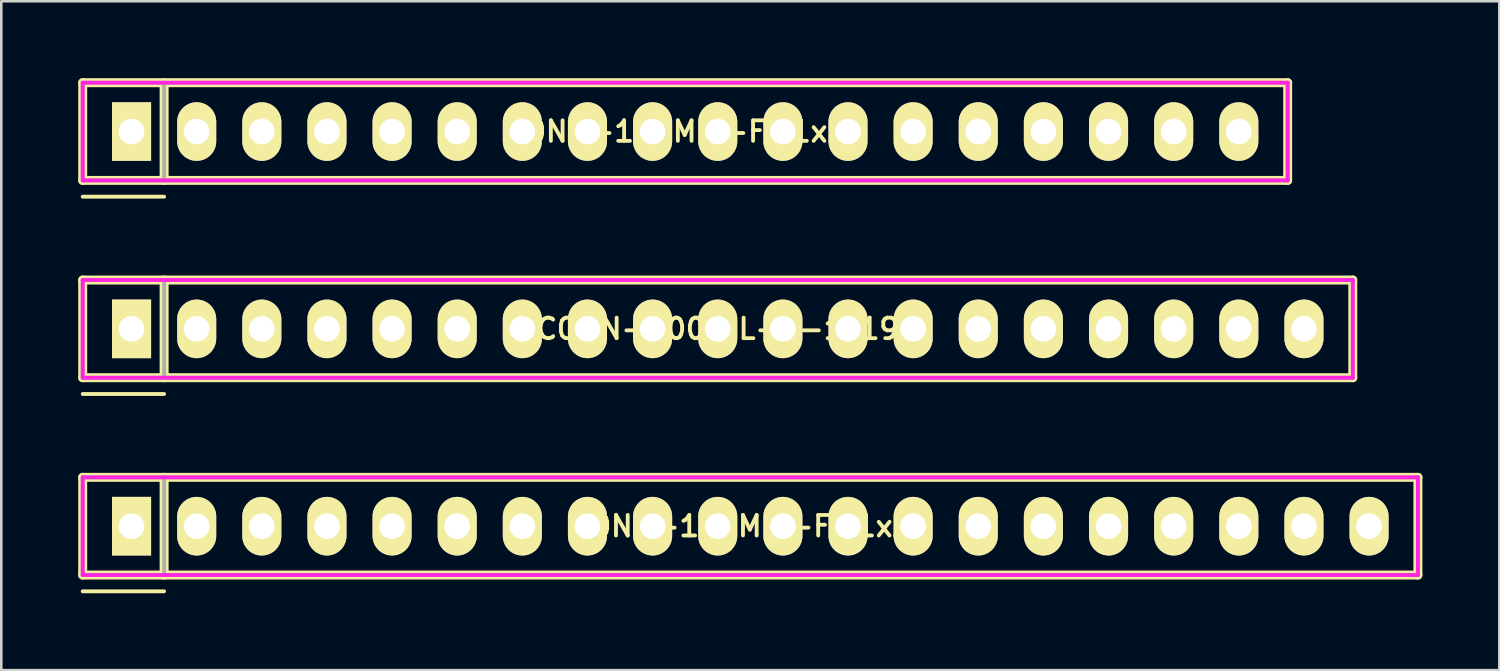
<source format=kicad_pcb>
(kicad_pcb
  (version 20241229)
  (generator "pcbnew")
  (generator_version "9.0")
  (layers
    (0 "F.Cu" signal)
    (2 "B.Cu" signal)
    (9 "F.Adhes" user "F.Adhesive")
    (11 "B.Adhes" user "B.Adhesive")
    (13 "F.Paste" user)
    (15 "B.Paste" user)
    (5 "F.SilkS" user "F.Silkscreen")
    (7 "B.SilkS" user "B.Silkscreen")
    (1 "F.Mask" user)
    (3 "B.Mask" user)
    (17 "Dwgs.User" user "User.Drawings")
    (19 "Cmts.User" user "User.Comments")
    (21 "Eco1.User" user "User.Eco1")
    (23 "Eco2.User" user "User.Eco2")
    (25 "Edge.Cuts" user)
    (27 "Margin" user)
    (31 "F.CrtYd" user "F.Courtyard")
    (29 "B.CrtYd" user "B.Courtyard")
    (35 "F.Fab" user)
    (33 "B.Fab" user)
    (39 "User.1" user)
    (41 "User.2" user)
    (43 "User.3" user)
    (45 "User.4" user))
  (footprint "CONN-100MIL-F-1x20"
    (layer "F.Cu")
    (at 26.21 17.47)
    (property "Reference" "CONN-100MIL-F-1x20" (at 0 0 0) (layer "F.SilkS") (effects (font (size 0.8 0.8) (thickness 0.15))))
    (attr through_hole)
    (fp_line (start -26.035 -1.905) (end 26.035 -1.905) (stroke (width 0.35) (type solid)) (layer "F.SilkS"))
    (fp_line (start -26.035 1.905) (end -26.035 -1.905) (stroke (width 0.35) (type solid)) (layer "F.SilkS"))
    (fp_line (start -26.035 2.54) (end -22.86 2.54) (stroke (width 0.15) (type solid)) (layer "F.SilkS"))
    (fp_line (start -22.86 -1.905) (end -22.86 1.905) (stroke (width 0.35) (type solid)) (layer "F.SilkS"))
    (fp_line (start 26.035 -1.905) (end 26.035 1.905) (stroke (width 0.35) (type solid)) (layer "F.SilkS"))
    (fp_line (start 26.035 1.905) (end -26.035 1.905) (stroke (width 0.35) (type solid)) (layer "F.SilkS"))
    (fp_line (start -26.035 -1.905) (end 26.035 -1.905) (stroke (width 0.15) (type solid)) (layer "F.CrtYd"))
    (fp_line (start -26.035 1.905) (end -26.035 -1.905) (stroke (width 0.15) (type solid)) (layer "F.CrtYd"))
    (fp_line (start 26.035 -1.905) (end 26.035 1.905) (stroke (width 0.15) (type solid)) (layer "F.CrtYd"))
    (fp_line (start 26.035 1.905) (end -26.035 1.905) (stroke (width 0.15) (type solid)) (layer "F.CrtYd"))
    (fp_line (start -26.035 -1.905) (end 26.035 -1.905) (stroke (width 0.15) (type solid)) (layer "F.Fab"))
    (fp_line (start -26.035 1.905) (end -26.035 -1.905) (stroke (width 0.15) (type solid)) (layer "F.Fab"))
    (fp_line (start -22.86 -1.905) (end -22.86 1.905) (stroke (width 0.15) (type solid)) (layer "F.Fab"))
    (fp_line (start 26.035 -1.905) (end 26.035 1.905) (stroke (width 0.15) (type solid)) (layer "F.Fab"))
    (fp_line (start 26.035 1.905) (end -26.035 1.905) (stroke (width 0.15) (type solid)) (layer "F.Fab"))
    (pad "1" thru_hole rect (at -24.13 0) (size 1.524 2.286) (drill 1) (layers "*.Cu" "*.Mask" "F.SilkS"))
    (pad "2" thru_hole oval (at -21.59 0) (size 1.524 2.286) (drill 1) (layers "*.Cu" "*.Mask" "F.SilkS"))
    (pad "3" thru_hole oval (at -19.05 0) (size 1.524 2.286) (drill 1) (layers "*.Cu" "*.Mask" "F.SilkS"))
    (pad "4" thru_hole oval (at -16.51 0) (size 1.524 2.286) (drill 1) (layers "*.Cu" "*.Mask" "F.SilkS"))
    (pad "5" thru_hole oval (at -13.97 0) (size 1.524 2.286) (drill 1) (layers "*.Cu" "*.Mask" "F.SilkS"))
    (pad "6" thru_hole oval (at -11.43 0) (size 1.524 2.286) (drill 1) (layers "*.Cu" "*.Mask" "F.SilkS"))
    (pad "7" thru_hole oval (at -8.89 0) (size 1.524 2.286) (drill 1) (layers "*.Cu" "*.Mask" "F.SilkS"))
    (pad "8" thru_hole oval (at -6.35 0) (size 1.524 2.286) (drill 1) (layers "*.Cu" "*.Mask" "F.SilkS"))
    (pad "9" thru_hole oval (at -3.81 0) (size 1.524 2.286) (drill 1) (layers "*.Cu" "*.Mask" "F.SilkS"))
    (pad "10" thru_hole oval (at -1.27 0) (size 1.524 2.286) (drill 1) (layers "*.Cu" "*.Mask" "F.SilkS"))
    (pad "11" thru_hole oval (at 1.27 0) (size 1.524 2.286) (drill 1) (layers "*.Cu" "*.Mask" "F.SilkS"))
    (pad "12" thru_hole oval (at 3.81 0) (size 1.524 2.286) (drill 1) (layers "*.Cu" "*.Mask" "F.SilkS"))
    (pad "13" thru_hole oval (at 6.35 0) (size 1.524 2.286) (drill 1) (layers "*.Cu" "*.Mask" "F.SilkS"))
    (pad "14" thru_hole oval (at 8.89 0) (size 1.524 2.286) (drill 1) (layers "*.Cu" "*.Mask" "F.SilkS"))
    (pad "15" thru_hole oval (at 11.43 0) (size 1.524 2.286) (drill 1) (layers "*.Cu" "*.Mask" "F.SilkS"))
    (pad "16" thru_hole oval (at 13.97 0) (size 1.524 2.286) (drill 1) (layers "*.Cu" "*.Mask" "F.SilkS"))
    (pad "17" thru_hole oval (at 16.51 0) (size 1.524 2.286) (drill 1) (layers "*.Cu" "*.Mask" "F.SilkS"))
    (pad "18" thru_hole oval (at 19.05 0) (size 1.524 2.286) (drill 1) (layers "*.Cu" "*.Mask" "F.SilkS"))
    (pad "19" thru_hole oval (at 21.59 0) (size 1.524 2.286) (drill 1) (layers "*.Cu" "*.Mask" "F.SilkS"))
    (pad "20" thru_hole oval (at 24.13 0) (size 1.524 2.286) (drill 1) (layers "*.Cu" "*.Mask" "F.SilkS")))
  (footprint "CONN-100MIL-F-1x18"
    (layer "F.Cu")
    (at 23.67 2.08)
    (property "Reference" "CONN-100MIL-F-1x18" (at 0 0 0) (layer "F.SilkS") (effects (font (size 0.8 0.8) (thickness 0.15))))
    (attr through_hole)
    (fp_line (start -23.495 -1.905) (end 23.495 -1.905) (stroke (width 0.35) (type solid)) (layer "F.SilkS"))
    (fp_line (start -23.495 1.905) (end -23.495 -1.905) (stroke (width 0.35) (type solid)) (layer "F.SilkS"))
    (fp_line (start -23.495 2.54) (end -20.32 2.54) (stroke (width 0.15) (type solid)) (layer "F.SilkS"))
    (fp_line (start -20.32 -1.905) (end -20.32 1.905) (stroke (width 0.35) (type solid)) (layer "F.SilkS"))
    (fp_line (start 23.495 -1.905) (end 23.495 1.905) (stroke (width 0.35) (type solid)) (layer "F.SilkS"))
    (fp_line (start 23.495 1.905) (end -23.495 1.905) (stroke (width 0.35) (type solid)) (layer "F.SilkS"))
    (fp_line (start -23.495 -1.905) (end 23.495 -1.905) (stroke (width 0.15) (type solid)) (layer "F.CrtYd"))
    (fp_line (start -23.495 1.905) (end -23.495 -1.905) (stroke (width 0.15) (type solid)) (layer "F.CrtYd"))
    (fp_line (start 23.495 -1.905) (end 23.495 1.905) (stroke (width 0.15) (type solid)) (layer "F.CrtYd"))
    (fp_line (start 23.495 1.905) (end -23.495 1.905) (stroke (width 0.15) (type solid)) (layer "F.CrtYd"))
    (fp_line (start -23.495 -1.905) (end 23.495 -1.905) (stroke (width 0.15) (type solid)) (layer "F.Fab"))
    (fp_line (start -23.495 1.905) (end -23.495 -1.905) (stroke (width 0.15) (type solid)) (layer "F.Fab"))
    (fp_line (start -20.32 -1.905) (end -20.32 1.905) (stroke (width 0.15) (type solid)) (layer "F.Fab"))
    (fp_line (start 23.495 -1.905) (end 23.495 1.905) (stroke (width 0.15) (type solid)) (layer "F.Fab"))
    (fp_line (start 23.495 1.905) (end -23.495 1.905) (stroke (width 0.15) (type solid)) (layer "F.Fab"))
    (pad "1" thru_hole rect (at -21.59 0) (size 1.524 2.286) (drill 1) (layers "*.Cu" "*.Mask" "F.SilkS"))
    (pad "2" thru_hole oval (at -19.05 0) (size 1.524 2.286) (drill 1) (layers "*.Cu" "*.Mask" "F.SilkS"))
    (pad "3" thru_hole oval (at -16.51 0) (size 1.524 2.286) (drill 1) (layers "*.Cu" "*.Mask" "F.SilkS"))
    (pad "4" thru_hole oval (at -13.97 0) (size 1.524 2.286) (drill 1) (layers "*.Cu" "*.Mask" "F.SilkS"))
    (pad "5" thru_hole oval (at -11.43 0) (size 1.524 2.286) (drill 1) (layers "*.Cu" "*.Mask" "F.SilkS"))
    (pad "6" thru_hole oval (at -8.89 0) (size 1.524 2.286) (drill 1) (layers "*.Cu" "*.Mask" "F.SilkS"))
    (pad "7" thru_hole oval (at -6.35 0) (size 1.524 2.286) (drill 1) (layers "*.Cu" "*.Mask" "F.SilkS"))
    (pad "8" thru_hole oval (at -3.81 0) (size 1.524 2.286) (drill 1) (layers "*.Cu" "*.Mask" "F.SilkS"))
    (pad "9" thru_hole oval (at -1.27 0) (size 1.524 2.286) (drill 1) (layers "*.Cu" "*.Mask" "F.SilkS"))
    (pad "10" thru_hole oval (at 1.27 0) (size 1.524 2.286) (drill 1) (layers "*.Cu" "*.Mask" "F.SilkS"))
    (pad "11" thru_hole oval (at 3.81 0) (size 1.524 2.286) (drill 1) (layers "*.Cu" "*.Mask" "F.SilkS"))
    (pad "12" thru_hole oval (at 6.35 0) (size 1.524 2.286) (drill 1) (layers "*.Cu" "*.Mask" "F.SilkS"))
    (pad "13" thru_hole oval (at 8.89 0) (size 1.524 2.286) (drill 1) (layers "*.Cu" "*.Mask" "F.SilkS"))
    (pad "14" thru_hole oval (at 11.43 0) (size 1.524 2.286) (drill 1) (layers "*.Cu" "*.Mask" "F.SilkS"))
    (pad "15" thru_hole oval (at 13.97 0) (size 1.524 2.286) (drill 1) (layers "*.Cu" "*.Mask" "F.SilkS"))
    (pad "16" thru_hole oval (at 16.51 0) (size 1.524 2.286) (drill 1) (layers "*.Cu" "*.Mask" "F.SilkS"))
    (pad "17" thru_hole oval (at 19.05 0) (size 1.524 2.286) (drill 1) (layers "*.Cu" "*.Mask" "F.SilkS"))
    (pad "18" thru_hole oval (at 21.59 0) (size 1.524 2.286) (drill 1) (layers "*.Cu" "*.Mask" "F.SilkS")))
  (footprint "CONN-100MIL-F-1x19"
    (layer "F.Cu")
    (at 24.94 9.775)
    (property "Reference" "CONN-100MIL-F-1x19" (at 0 0 0) (layer "F.SilkS") (effects (font (size 0.8 0.8) (thickness 0.15))))
    (attr through_hole)
    (fp_line (start -24.765 -1.905) (end 24.765 -1.905) (stroke (width 0.35) (type solid)) (layer "F.SilkS"))
    (fp_line (start -24.765 1.905) (end -24.765 -1.905) (stroke (width 0.35) (type solid)) (layer "F.SilkS"))
    (fp_line (start -24.765 2.54) (end -21.59 2.54) (stroke (width 0.15) (type solid)) (layer "F.SilkS"))
    (fp_line (start -21.59 -1.905) (end -21.59 1.905) (stroke (width 0.35) (type solid)) (layer "F.SilkS"))
    (fp_line (start 24.765 -1.905) (end 24.765 1.905) (stroke (width 0.35) (type solid)) (layer "F.SilkS"))
    (fp_line (start 24.765 1.905) (end -24.765 1.905) (stroke (width 0.35) (type solid)) (layer "F.SilkS"))
    (fp_line (start -24.765 -1.905) (end 24.765 -1.905) (stroke (width 0.15) (type solid)) (layer "F.CrtYd"))
    (fp_line (start -24.765 1.905) (end -24.765 -1.905) (stroke (width 0.15) (type solid)) (layer "F.CrtYd"))
    (fp_line (start 24.765 -1.905) (end 24.765 1.905) (stroke (width 0.15) (type solid)) (layer "F.CrtYd"))
    (fp_line (start 24.765 1.905) (end -24.765 1.905) (stroke (width 0.15) (type solid)) (layer "F.CrtYd"))
    (fp_line (start -24.765 -1.905) (end 24.765 -1.905) (stroke (width 0.15) (type solid)) (layer "F.Fab"))
    (fp_line (start -24.765 1.905) (end -24.765 -1.905) (stroke (width 0.15) (type solid)) (layer "F.Fab"))
    (fp_line (start -21.59 -1.905) (end -21.59 1.905) (stroke (width 0.15) (type solid)) (layer "F.Fab"))
    (fp_line (start 24.765 -1.905) (end 24.765 1.905) (stroke (width 0.15) (type solid)) (layer "F.Fab"))
    (fp_line (start 24.765 1.905) (end -24.765 1.905) (stroke (width 0.15) (type solid)) (layer "F.Fab"))
    (pad "1" thru_hole rect (at -22.86 0) (size 1.524 2.286) (drill 1) (layers "*.Cu" "*.Mask" "F.SilkS"))
    (pad "2" thru_hole oval (at -20.32 0) (size 1.524 2.286) (drill 1) (layers "*.Cu" "*.Mask" "F.SilkS"))
    (pad "3" thru_hole oval (at -17.78 0) (size 1.524 2.286) (drill 1) (layers "*.Cu" "*.Mask" "F.SilkS"))
    (pad "4" thru_hole oval (at -15.24 0) (size 1.524 2.286) (drill 1) (layers "*.Cu" "*.Mask" "F.SilkS"))
    (pad "5" thru_hole oval (at -12.7 0) (size 1.524 2.286) (drill 1) (layers "*.Cu" "*.Mask" "F.SilkS"))
    (pad "6" thru_hole oval (at -10.16 0) (size 1.524 2.286) (drill 1) (layers "*.Cu" "*.Mask" "F.SilkS"))
    (pad "7" thru_hole oval (at -7.62 0) (size 1.524 2.286) (drill 1) (layers "*.Cu" "*.Mask" "F.SilkS"))
    (pad "8" thru_hole oval (at -5.08 0) (size 1.524 2.286) (drill 1) (layers "*.Cu" "*.Mask" "F.SilkS"))
    (pad "9" thru_hole oval (at -2.54 0) (size 1.524 2.286) (drill 1) (layers "*.Cu" "*.Mask" "F.SilkS"))
    (pad "10" thru_hole oval (at 0 0) (size 1.524 2.286) (drill 1) (layers "*.Cu" "*.Mask" "F.SilkS"))
    (pad "11" thru_hole oval (at 2.54 0) (size 1.524 2.286) (drill 1) (layers "*.Cu" "*.Mask" "F.SilkS"))
    (pad "12" thru_hole oval (at 5.08 0) (size 1.524 2.286) (drill 1) (layers "*.Cu" "*.Mask" "F.SilkS"))
    (pad "13" thru_hole oval (at 7.62 0) (size 1.524 2.286) (drill 1) (layers "*.Cu" "*.Mask" "F.SilkS"))
    (pad "14" thru_hole oval (at 10.16 0) (size 1.524 2.286) (drill 1) (layers "*.Cu" "*.Mask" "F.SilkS"))
    (pad "15" thru_hole oval (at 12.7 0) (size 1.524 2.286) (drill 1) (layers "*.Cu" "*.Mask" "F.SilkS"))
    (pad "16" thru_hole oval (at 15.24 0) (size 1.524 2.286) (drill 1) (layers "*.Cu" "*.Mask" "F.SilkS"))
    (pad "17" thru_hole oval (at 17.78 0) (size 1.524 2.286) (drill 1) (layers "*.Cu" "*.Mask" "F.SilkS"))
    (pad "18" thru_hole oval (at 20.32 0) (size 1.524 2.286) (drill 1) (layers "*.Cu" "*.Mask" "F.SilkS"))
    (pad "19" thru_hole oval (at 22.86 0) (size 1.524 2.286) (drill 1) (layers "*.Cu" "*.Mask" "F.SilkS")))
  (gr_rect
    (start -3 -3)
    (end 55.42 23.085)
    (stroke (width 0.1) (type default))
    (fill no)
    (layer "Edge.Cuts")))
</source>
